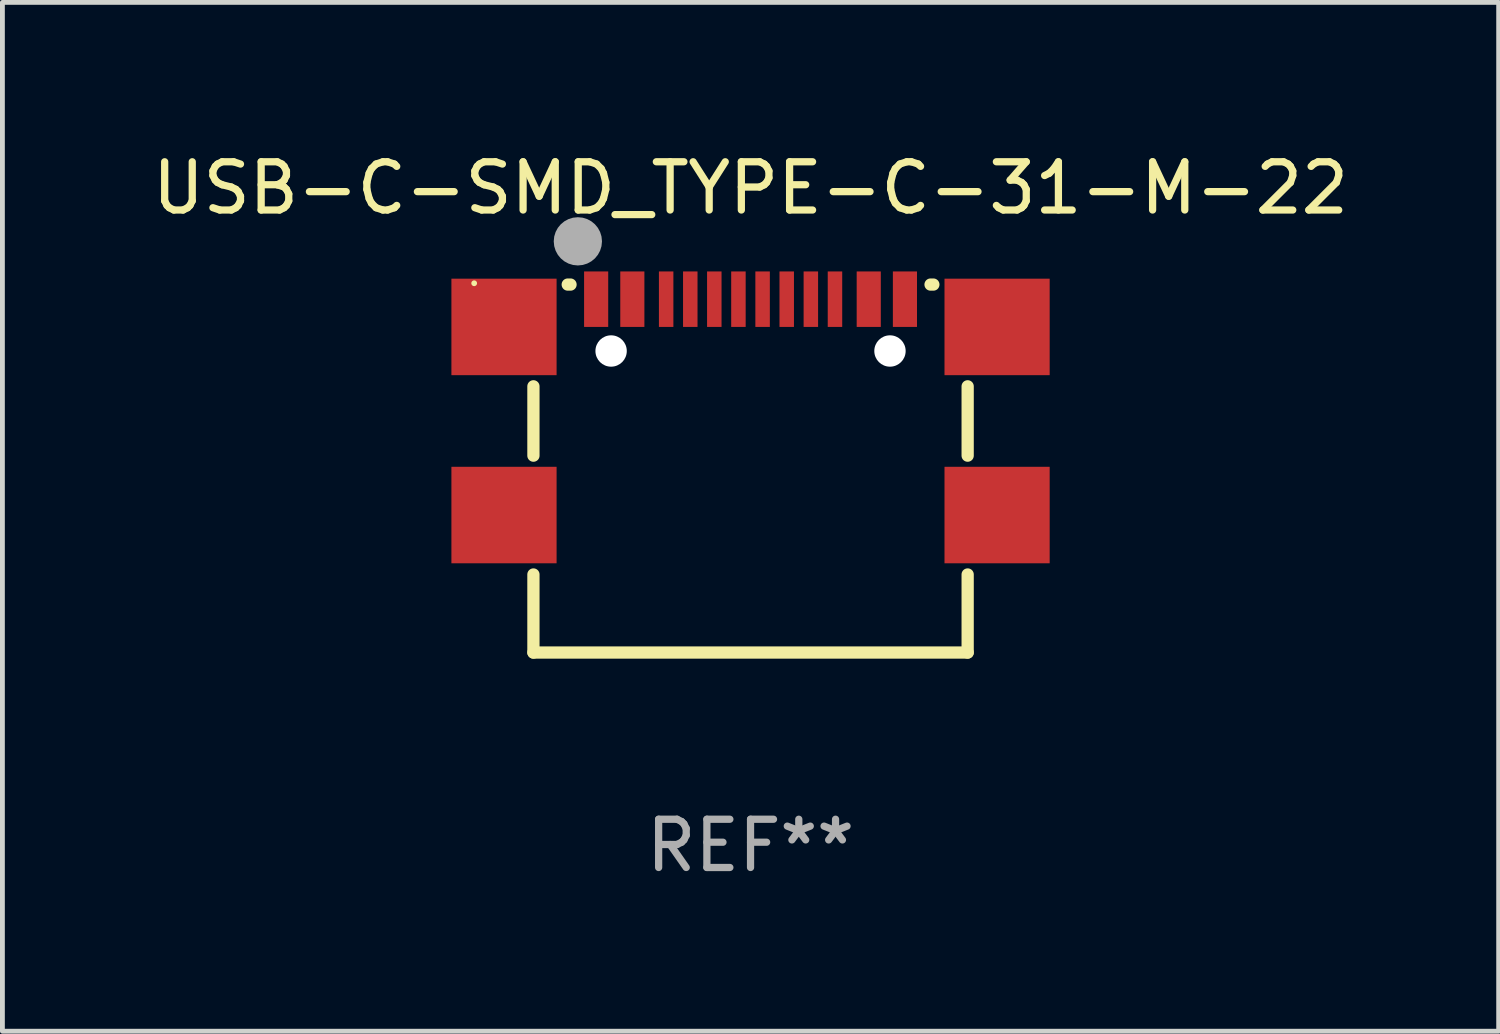
<source format=kicad_pcb>
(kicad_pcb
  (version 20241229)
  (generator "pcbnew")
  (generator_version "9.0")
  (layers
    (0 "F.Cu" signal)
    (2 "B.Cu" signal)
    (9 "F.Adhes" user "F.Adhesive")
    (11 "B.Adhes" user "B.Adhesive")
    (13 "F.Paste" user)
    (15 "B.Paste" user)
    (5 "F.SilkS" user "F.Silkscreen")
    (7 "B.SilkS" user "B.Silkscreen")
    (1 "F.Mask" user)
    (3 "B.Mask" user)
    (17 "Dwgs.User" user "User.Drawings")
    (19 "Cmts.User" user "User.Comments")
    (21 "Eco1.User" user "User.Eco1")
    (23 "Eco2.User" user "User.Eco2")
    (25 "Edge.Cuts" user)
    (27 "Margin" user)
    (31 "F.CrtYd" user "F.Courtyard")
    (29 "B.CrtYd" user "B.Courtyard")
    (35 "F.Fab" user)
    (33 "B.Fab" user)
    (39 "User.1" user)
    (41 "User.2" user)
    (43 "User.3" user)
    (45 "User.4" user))
  (footprint "USB-C-SMD_TYPE-C-31-M-22"
    (layer "F.Cu")
    (at 12.506 5.388)
    (property "Reference" "USB-C-SMD_TYPE-C-31-M-22" (at 0 -4.54 0) (layer "F.SilkS") (effects (font (size 1 1) (thickness 0.15))))
    (attr smd)
    (fp_line (start -4.5 1.006) (end -4.5 -0.431) (stroke (width 0.254) (type solid)) (layer "F.SilkS"))
    (fp_line (start -4.5 5.087) (end -4.5 3.469) (stroke (width 0.254) (type solid)) (layer "F.SilkS"))
    (fp_line (start -3.731 -2.54) (end -3.789 -2.54) (stroke (width 0.254) (type solid)) (layer "F.SilkS"))
    (fp_line (start 3.789 -2.54) (end 3.731 -2.54) (stroke (width 0.254) (type solid)) (layer "F.SilkS"))
    (fp_line (start 4.5 1.006) (end 4.5 -0.431) (stroke (width 0.254) (type solid)) (layer "F.SilkS"))
    (fp_line (start 4.5 5.087) (end -4.5 5.087) (stroke (width 0.254) (type solid)) (layer "F.SilkS"))
    (fp_line (start 4.5 5.087) (end 4.5 3.469) (stroke (width 0.254) (type solid)) (layer "F.SilkS"))
    (fp_circle (center -5.728 -2.567) (end -5.698 -2.567) (stroke (width 0.06) (type solid)) (fill no) (layer "F.SilkS"))
    (fp_circle (center -3.579 -3.436) (end -3.329 -3.436) (stroke (width 0.5) (type solid)) (fill no) (layer "F.Fab"))
    (fp_circle (center -2.89 -1.163) (end -2.765 -1.163) (stroke (width 0.25) (type solid)) (fill no) (layer "F.Fab"))
    (fp_circle (center 2.89 -1.163) (end 3.015 -1.163) (stroke (width 0.25) (type solid)) (fill no) (layer "F.Fab"))
    (fp_text user "REF**" (at 0 9.087 0) (layer "F.Fab") (effects (font (size 1 1) (thickness 0.15))))
    (pad "" np_thru_hole circle (at -2.89 -1.163) (size 0.65 0.65) (drill 0.65) (layers "*.Cu" "*.Mask"))
    (pad "" np_thru_hole circle (at 2.89 -1.163) (size 0.65 0.65) (drill 0.65) (layers "*.Cu" "*.Mask"))
    (pad "1" smd rect (at -3.2 -2.237) (size 0.5 1.15) (layers "F.Cu" "F.Mask" "F.Paste"))
    (pad "2" smd rect (at -2.45 -2.237) (size 0.5 1.15) (layers "F.Cu" "F.Mask" "F.Paste"))
    (pad "3" smd rect (at -1.749 -2.237) (size 0.3 1.15) (layers "F.Cu" "F.Mask" "F.Paste"))
    (pad "4" smd rect (at -1.249 -2.237) (size 0.3 1.15) (layers "F.Cu" "F.Mask" "F.Paste"))
    (pad "5" smd rect (at -0.751 -2.237) (size 0.3 1.15) (layers "F.Cu" "F.Mask" "F.Paste"))
    (pad "6" smd rect (at -0.251 -2.237) (size 0.3 1.15) (layers "F.Cu" "F.Mask" "F.Paste"))
    (pad "7" smd rect (at 0.25 -2.237) (size 0.3 1.15) (layers "F.Cu" "F.Mask" "F.Paste"))
    (pad "8" smd rect (at 0.75 -2.237) (size 0.3 1.15) (layers "F.Cu" "F.Mask" "F.Paste"))
    (pad "9" smd rect (at 1.25 -2.237) (size 0.3 1.15) (layers "F.Cu" "F.Mask" "F.Paste"))
    (pad "10" smd rect (at 1.75 -2.237) (size 0.3 1.15) (layers "F.Cu" "F.Mask" "F.Paste"))
    (pad "11" smd rect (at 2.45 -2.237) (size 0.5 1.15) (layers "F.Cu" "F.Mask" "F.Paste"))
    (pad "12" smd rect (at 3.2 -2.237) (size 0.5 1.15) (layers "F.Cu" "F.Mask" "F.Paste"))
    (pad "13" smd rect (at 5.11 -1.662) (size 2.18 2) (layers "F.Cu" "F.Mask" "F.Paste"))
    (pad "14" smd rect (at 5.11 2.237) (size 2.18 2) (layers "F.Cu" "F.Mask" "F.Paste"))
    (pad "15" smd rect (at -5.11 2.237) (size 2.18 2) (layers "F.Cu" "F.Mask" "F.Paste"))
    (pad "16" smd rect (at -5.11 -1.662) (size 2.18 2) (layers "F.Cu" "F.Mask" "F.Paste")))
  (gr_rect
    (start -3 -3)
    (end 28.012 18.324)
    (stroke (width 0.1) (type default))
    (fill no)
    (layer "Edge.Cuts")))
</source>
